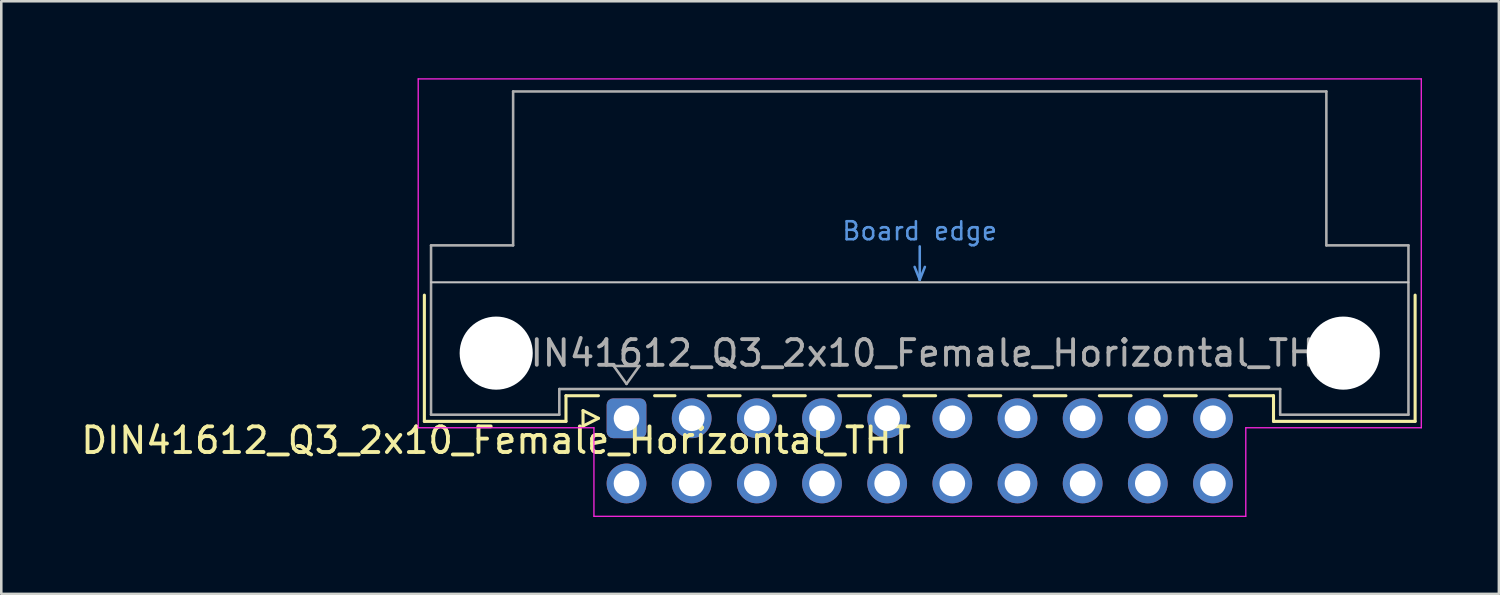
<source format=kicad_pcb>
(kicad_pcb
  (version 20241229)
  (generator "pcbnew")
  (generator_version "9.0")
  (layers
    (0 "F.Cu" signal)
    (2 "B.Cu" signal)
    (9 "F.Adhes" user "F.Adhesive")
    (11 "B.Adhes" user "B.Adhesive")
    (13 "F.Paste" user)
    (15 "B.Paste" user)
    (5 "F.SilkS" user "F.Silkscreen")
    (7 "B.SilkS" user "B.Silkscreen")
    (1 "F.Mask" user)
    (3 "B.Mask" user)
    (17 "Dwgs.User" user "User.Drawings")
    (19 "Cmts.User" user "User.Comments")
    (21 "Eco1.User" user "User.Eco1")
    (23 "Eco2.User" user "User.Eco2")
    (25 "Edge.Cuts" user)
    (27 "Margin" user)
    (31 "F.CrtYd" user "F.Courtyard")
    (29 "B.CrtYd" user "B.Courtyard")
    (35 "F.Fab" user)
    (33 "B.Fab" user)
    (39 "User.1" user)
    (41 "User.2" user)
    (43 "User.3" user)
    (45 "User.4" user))
  (footprint "DIN41612_Q3_2x10_Female_Horizontal_THT"
    (layer "F.Cu")
    (at 21.372 13.255)
    (property "Reference" "DIN41612_Q3_2x10_Female_Horizontal_THT" (at -5.08 0.86 0) (layer "F.SilkS") (effects (font (size 1 1) (thickness 0.15))))
    (attr through_hole)
    (fp_line (start -7.88 -4.8) (end -7.88 0.12) (stroke (width 0.12) (type solid)) (layer "F.SilkS"))
    (fp_line (start -7.88 0.12) (end -2.36 0.12) (stroke (width 0.12) (type solid)) (layer "F.SilkS"))
    (fp_line (start -2.36 -0.88) (end -1.095 -0.88) (stroke (width 0.12) (type solid)) (layer "F.SilkS"))
    (fp_line (start -2.36 0.12) (end -2.36 -0.88) (stroke (width 0.12) (type solid)) (layer "F.SilkS"))
    (fp_line (start -1.695 -0.3) (end -1.695 0.3) (stroke (width 0.12) (type solid)) (layer "F.SilkS"))
    (fp_line (start -1.695 0.3) (end -1.095 0) (stroke (width 0.12) (type solid)) (layer "F.SilkS"))
    (fp_line (start -1.095 0) (end -1.695 -0.3) (stroke (width 0.12) (type solid)) (layer "F.SilkS"))
    (fp_line (start 1.095 -0.88) (end 1.888 -0.88) (stroke (width 0.12) (type solid)) (layer "F.SilkS"))
    (fp_line (start 3.192 -0.88) (end 4.428 -0.88) (stroke (width 0.12) (type solid)) (layer "F.SilkS"))
    (fp_line (start 5.732 -0.88) (end 6.968 -0.88) (stroke (width 0.12) (type solid)) (layer "F.SilkS"))
    (fp_line (start 8.272 -0.88) (end 9.508 -0.88) (stroke (width 0.12) (type solid)) (layer "F.SilkS"))
    (fp_line (start 10.812 -0.88) (end 12.048 -0.88) (stroke (width 0.12) (type solid)) (layer "F.SilkS"))
    (fp_line (start 13.352 -0.88) (end 14.588 -0.88) (stroke (width 0.12) (type solid)) (layer "F.SilkS"))
    (fp_line (start 15.892 -0.88) (end 17.128 -0.88) (stroke (width 0.12) (type solid)) (layer "F.SilkS"))
    (fp_line (start 18.432 -0.88) (end 19.668 -0.88) (stroke (width 0.12) (type solid)) (layer "F.SilkS"))
    (fp_line (start 20.972 -0.88) (end 22.208 -0.88) (stroke (width 0.12) (type solid)) (layer "F.SilkS"))
    (fp_line (start 23.512 -0.88) (end 25.22 -0.88) (stroke (width 0.12) (type solid)) (layer "F.SilkS"))
    (fp_line (start 25.22 0.12) (end 25.22 -0.88) (stroke (width 0.12) (type solid)) (layer "F.SilkS"))
    (fp_line (start 30.74 -4.8) (end 30.74 0.12) (stroke (width 0.12) (type solid)) (layer "F.SilkS"))
    (fp_line (start 30.74 0.12) (end 25.22 0.12) (stroke (width 0.12) (type solid)) (layer "F.SilkS"))
    (fp_line (start -7.62 -5.3) (end 30.48 -5.3) (stroke (width 0.08) (type solid)) (layer "Dwgs.User"))
    (fp_line (start 11.23 -5.9) (end 11.43 -5.4) (stroke (width 0.1) (type solid)) (layer "Cmts.User"))
    (fp_line (start 11.43 -5.4) (end 11.43 -6.7) (stroke (width 0.1) (type solid)) (layer "Cmts.User"))
    (fp_line (start 11.43 -5.4) (end 11.63 -5.9) (stroke (width 0.1) (type solid)) (layer "Cmts.User"))
    (fp_line (start -8.12 -13.23) (end -8.12 0.37) (stroke (width 0.05) (type solid)) (layer "F.CrtYd"))
    (fp_line (start -8.12 0.37) (end -1.27 0.37) (stroke (width 0.05) (type solid)) (layer "F.CrtYd"))
    (fp_line (start -1.27 0.37) (end -1.27 3.82) (stroke (width 0.05) (type solid)) (layer "F.CrtYd"))
    (fp_line (start -1.27 3.82) (end 24.14 3.82) (stroke (width 0.05) (type solid)) (layer "F.CrtYd"))
    (fp_line (start 24.14 0.37) (end 30.98 0.37) (stroke (width 0.05) (type solid)) (layer "F.CrtYd"))
    (fp_line (start 24.14 3.82) (end 24.14 0.37) (stroke (width 0.05) (type solid)) (layer "F.CrtYd"))
    (fp_line (start 30.98 -13.23) (end -8.12 -13.23) (stroke (width 0.05) (type solid)) (layer "F.CrtYd"))
    (fp_line (start 30.98 0.37) (end 30.98 -13.23) (stroke (width 0.05) (type solid)) (layer "F.CrtYd"))
    (fp_line (start -7.62 -6.74) (end -7.62 -0.14) (stroke (width 0.1) (type solid)) (layer "F.Fab"))
    (fp_line (start -7.62 -0.14) (end -2.62 -0.14) (stroke (width 0.1) (type solid)) (layer "F.Fab"))
    (fp_line (start -4.42 -12.74) (end -4.42 -6.74) (stroke (width 0.1) (type solid)) (layer "F.Fab"))
    (fp_line (start -4.42 -6.74) (end -7.62 -6.74) (stroke (width 0.1) (type solid)) (layer "F.Fab"))
    (fp_line (start -2.62 -1.14) (end 25.48 -1.14) (stroke (width 0.1) (type solid)) (layer "F.Fab"))
    (fp_line (start -2.62 -0.14) (end -2.62 -1.14) (stroke (width 0.1) (type solid)) (layer "F.Fab"))
    (fp_line (start -0.5 -2.04) (end 0.5 -2.04) (stroke (width 0.1) (type solid)) (layer "F.Fab"))
    (fp_line (start 0 -1.34) (end -0.5 -2.04) (stroke (width 0.1) (type solid)) (layer "F.Fab"))
    (fp_line (start 0.5 -2.04) (end 0 -1.34) (stroke (width 0.1) (type solid)) (layer "F.Fab"))
    (fp_line (start 25.48 -1.14) (end 25.48 -0.14) (stroke (width 0.1) (type solid)) (layer "F.Fab"))
    (fp_line (start 25.48 -0.14) (end 30.48 -0.14) (stroke (width 0.1) (type solid)) (layer "F.Fab"))
    (fp_line (start 27.28 -12.74) (end -4.42 -12.74) (stroke (width 0.1) (type solid)) (layer "F.Fab"))
    (fp_line (start 27.28 -6.74) (end 27.28 -12.74) (stroke (width 0.1) (type solid)) (layer "F.Fab"))
    (fp_line (start 30.48 -6.74) (end 27.28 -6.74) (stroke (width 0.1) (type solid)) (layer "F.Fab"))
    (fp_line (start 30.48 -0.14) (end 30.48 -6.74) (stroke (width 0.1) (type solid)) (layer "F.Fab"))
    (fp_text user "Board edge" (at 11.43 -7.3 0) (layer "Cmts.User") (effects (font (size 0.7 0.7) (thickness 0.1))))
    (fp_text user "${REFERENCE}" (at 11.43 -2.54 0) (layer "F.Fab") (effects (font (size 1 1) (thickness 0.15))))
    (pad "" np_thru_hole circle (at -5.08 -2.54) (size 2.85 2.85) (drill 2.85) (layers "*.Cu" "*.Mask"))
    (pad "" np_thru_hole circle (at 27.94 -2.54) (size 2.85 2.85) (drill 2.85) (layers "*.Cu" "*.Mask"))
    (pad "a1" thru_hole roundrect (at 0 0) (size 1.55 1.55) (drill 1) (layers "*.Cu" "*.Mask") (roundrect_rratio 0.161))
    (pad "a2" thru_hole circle (at 2.54 0) (size 1.55 1.55) (drill 1) (layers "*.Cu" "*.Mask"))
    (pad "a3" thru_hole circle (at 5.08 0) (size 1.55 1.55) (drill 1) (layers "*.Cu" "*.Mask"))
    (pad "a4" thru_hole circle (at 7.62 0) (size 1.55 1.55) (drill 1) (layers "*.Cu" "*.Mask"))
    (pad "a5" thru_hole circle (at 10.16 0) (size 1.55 1.55) (drill 1) (layers "*.Cu" "*.Mask"))
    (pad "a6" thru_hole circle (at 12.7 0) (size 1.55 1.55) (drill 1) (layers "*.Cu" "*.Mask"))
    (pad "a7" thru_hole circle (at 15.24 0) (size 1.55 1.55) (drill 1) (layers "*.Cu" "*.Mask"))
    (pad "a8" thru_hole circle (at 17.78 0) (size 1.55 1.55) (drill 1) (layers "*.Cu" "*.Mask"))
    (pad "a9" thru_hole circle (at 20.32 0) (size 1.55 1.55) (drill 1) (layers "*.Cu" "*.Mask"))
    (pad "a10" thru_hole circle (at 22.86 0) (size 1.55 1.55) (drill 1) (layers "*.Cu" "*.Mask"))
    (pad "b1" thru_hole circle (at 0 2.54) (size 1.55 1.55) (drill 1) (layers "*.Cu" "*.Mask"))
    (pad "b2" thru_hole circle (at 2.54 2.54) (size 1.55 1.55) (drill 1) (layers "*.Cu" "*.Mask"))
    (pad "b3" thru_hole circle (at 5.08 2.54) (size 1.55 1.55) (drill 1) (layers "*.Cu" "*.Mask"))
    (pad "b4" thru_hole circle (at 7.62 2.54) (size 1.55 1.55) (drill 1) (layers "*.Cu" "*.Mask"))
    (pad "b5" thru_hole circle (at 10.16 2.54) (size 1.55 1.55) (drill 1) (layers "*.Cu" "*.Mask"))
    (pad "b6" thru_hole circle (at 12.7 2.54) (size 1.55 1.55) (drill 1) (layers "*.Cu" "*.Mask"))
    (pad "b7" thru_hole circle (at 15.24 2.54) (size 1.55 1.55) (drill 1) (layers "*.Cu" "*.Mask"))
    (pad "b8" thru_hole circle (at 17.78 2.54) (size 1.55 1.55) (drill 1) (layers "*.Cu" "*.Mask"))
    (pad "b9" thru_hole circle (at 20.32 2.54) (size 1.55 1.55) (drill 1) (layers "*.Cu" "*.Mask"))
    (pad "b10" thru_hole circle (at 22.86 2.54) (size 1.55 1.55) (drill 1) (layers "*.Cu" "*.Mask")))
  (gr_rect
    (start -3 -3)
    (end 55.377 20.1)
    (stroke (width 0.1) (type default))
    (fill no)
    (layer "Edge.Cuts")))
</source>
